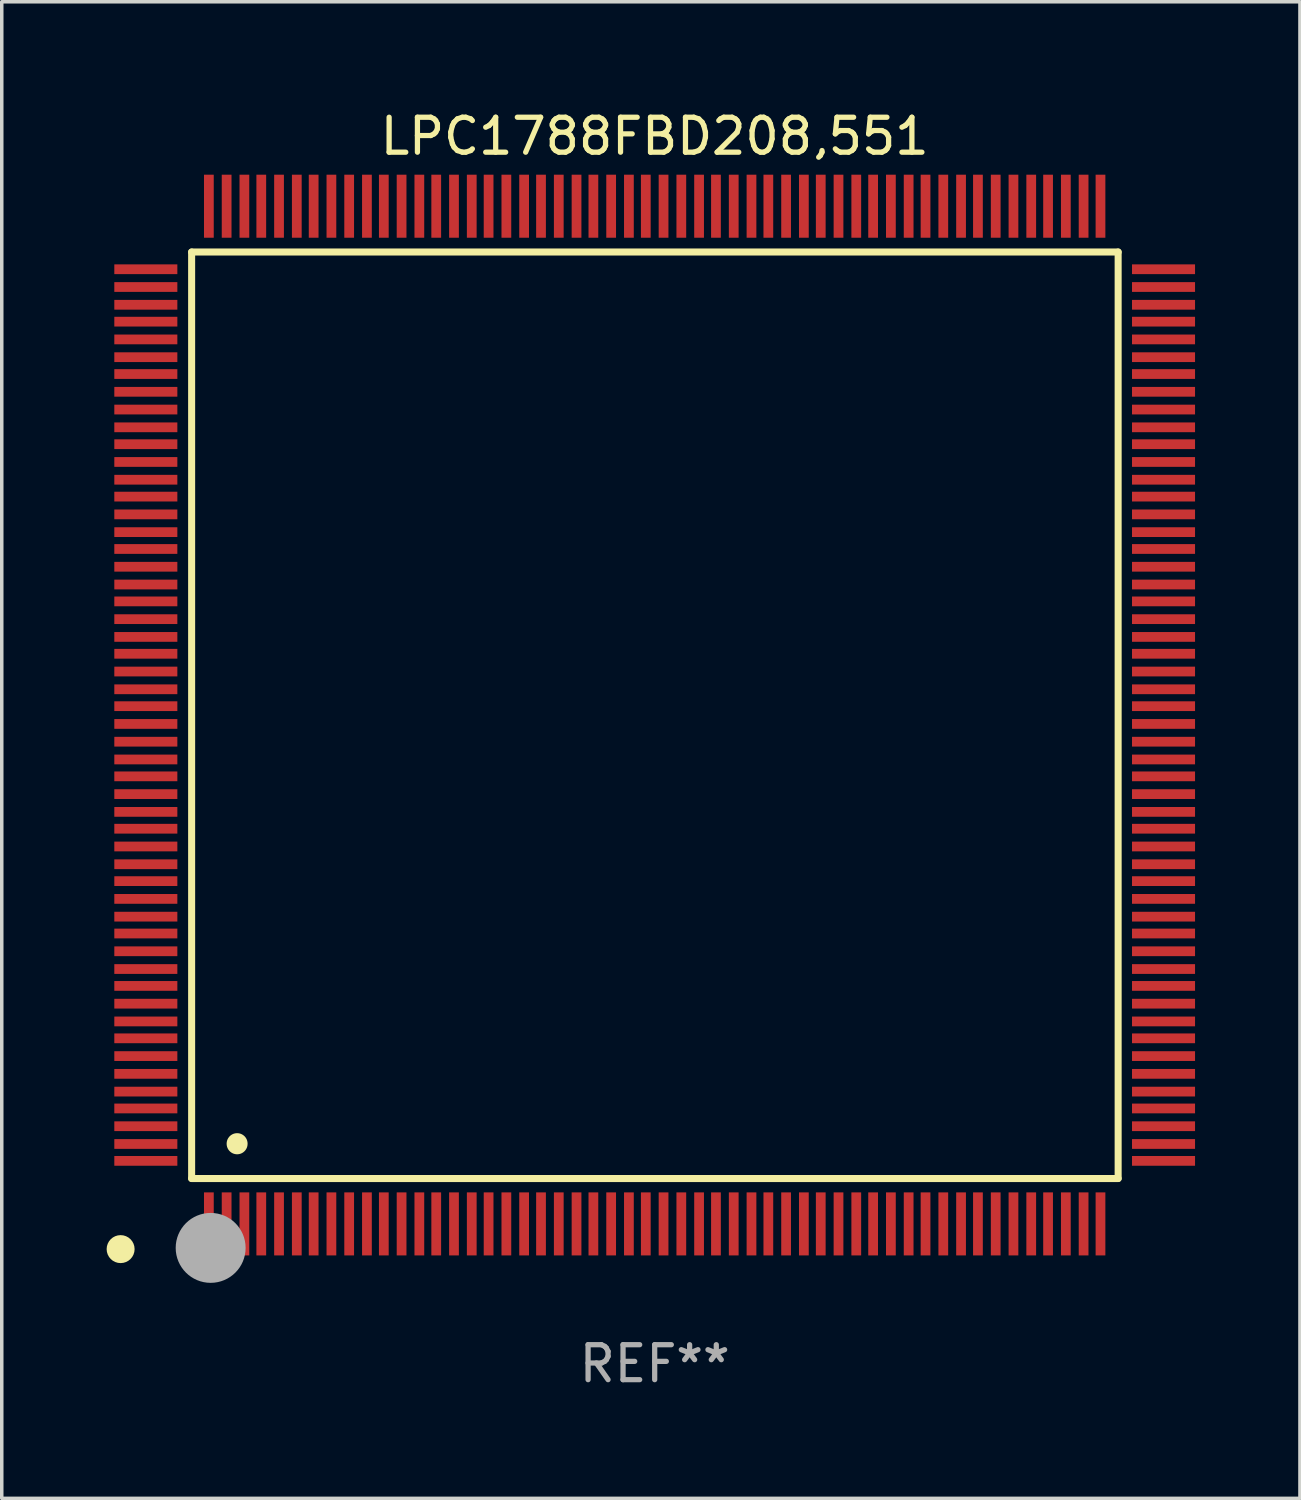
<source format=kicad_pcb>
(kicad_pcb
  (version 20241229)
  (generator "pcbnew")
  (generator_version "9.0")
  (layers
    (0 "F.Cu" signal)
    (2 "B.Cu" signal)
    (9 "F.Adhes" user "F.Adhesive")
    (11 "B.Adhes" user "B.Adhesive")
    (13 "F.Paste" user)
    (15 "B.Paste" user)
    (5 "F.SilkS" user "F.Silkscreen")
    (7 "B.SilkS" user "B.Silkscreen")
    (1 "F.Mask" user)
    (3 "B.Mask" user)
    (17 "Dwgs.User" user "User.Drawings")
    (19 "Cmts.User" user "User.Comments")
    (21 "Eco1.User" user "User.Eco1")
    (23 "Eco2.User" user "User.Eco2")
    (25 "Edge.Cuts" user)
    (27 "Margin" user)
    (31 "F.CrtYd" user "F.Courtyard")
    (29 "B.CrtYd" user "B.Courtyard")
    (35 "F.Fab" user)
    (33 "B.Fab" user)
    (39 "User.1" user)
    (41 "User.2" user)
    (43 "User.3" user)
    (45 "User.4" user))
  (footprint "LPC1788FBD208,551"
    (layer "F.Cu")
    (at 15.675 17.402)
    (property "Reference" "LPC1788FBD208,551" (at 0 -16.554 0) (layer "F.SilkS") (effects (font (size 1 1) (thickness 0.15))))
    (attr through_hole)
    (fp_line (start -13.244 -13.244) (end -13.244 13.256) (stroke (width 0.201) (type solid)) (layer "F.SilkS"))
    (fp_line (start -13.244 13.256) (end 13.256 13.256) (stroke (width 0.201) (type solid)) (layer "F.SilkS"))
    (fp_line (start 13.256 -13.244) (end -13.244 -13.244) (stroke (width 0.201) (type solid)) (layer "F.SilkS"))
    (fp_line (start 13.256 13.256) (end 13.256 -13.244) (stroke (width 0.201) (type solid)) (layer "F.SilkS"))
    (fp_arc (start -13.268987 14.90983) (mid -13.268992 14.90856) (end -13.268987 14.90729) (stroke (width 0.299721) (type solid)) (layer "F.SilkS"))
    (fp_arc (start -11.943104 12.263145) (mid -11.943115 12.260605) (end -11.943104 12.258065) (stroke (width 0.599441) (type solid)) (layer "F.SilkS"))
    (fp_circle (center -15.275 15.275) (end -15.075 15.275) (stroke (width 0.4) (type solid)) (fill no) (layer "F.SilkS"))
    (fp_circle (center -12.7 15.24) (end -12.2 15.24) (stroke (width 1) (type solid)) (fill no) (layer "F.Fab"))
    (fp_text user "REF**" (at 0 18.554 0) (layer "F.Fab") (effects (font (size 1 1) (thickness 0.15))))
    (pad "1" smd rect (at -12.751 14.554 180) (size 0.279 1.803) (layers "F.Cu" "F.Mask" "F.Paste"))
    (pad "2" smd rect (at -12.243 14.554 180) (size 0.279 1.803) (layers "F.Cu" "F.Mask" "F.Paste"))
    (pad "3" smd rect (at -11.735 14.554 180) (size 0.279 1.803) (layers "F.Cu" "F.Mask" "F.Paste"))
    (pad "4" smd rect (at -11.252 14.554 180) (size 0.279 1.803) (layers "F.Cu" "F.Mask" "F.Paste"))
    (pad "5" smd rect (at -10.744 14.554 180) (size 0.279 1.803) (layers "F.Cu" "F.Mask" "F.Paste"))
    (pad "6" smd rect (at -10.236 14.554 180) (size 0.279 1.803) (layers "F.Cu" "F.Mask" "F.Paste"))
    (pad "7" smd rect (at -9.754 14.554 180) (size 0.279 1.803) (layers "F.Cu" "F.Mask" "F.Paste"))
    (pad "8" smd rect (at -9.246 14.554 180) (size 0.279 1.803) (layers "F.Cu" "F.Mask" "F.Paste"))
    (pad "9" smd rect (at -8.738 14.554 180) (size 0.279 1.803) (layers "F.Cu" "F.Mask" "F.Paste"))
    (pad "10" smd rect (at -8.23 14.554 180) (size 0.279 1.803) (layers "F.Cu" "F.Mask" "F.Paste"))
    (pad "11" smd rect (at -7.747 14.554 180) (size 0.279 1.803) (layers "F.Cu" "F.Mask" "F.Paste"))
    (pad "12" smd rect (at -7.239 14.554 180) (size 0.279 1.803) (layers "F.Cu" "F.Mask" "F.Paste"))
    (pad "13" smd rect (at -6.731 14.554 180) (size 0.279 1.803) (layers "F.Cu" "F.Mask" "F.Paste"))
    (pad "14" smd rect (at -6.248 14.554 180) (size 0.279 1.803) (layers "F.Cu" "F.Mask" "F.Paste"))
    (pad "15" smd rect (at -5.74 14.554 180) (size 0.279 1.803) (layers "F.Cu" "F.Mask" "F.Paste"))
    (pad "16" smd rect (at -5.232 14.554 180) (size 0.279 1.803) (layers "F.Cu" "F.Mask" "F.Paste"))
    (pad "17" smd rect (at -4.75 14.554 180) (size 0.279 1.803) (layers "F.Cu" "F.Mask" "F.Paste"))
    (pad "18" smd rect (at -4.242 14.554 180) (size 0.279 1.803) (layers "F.Cu" "F.Mask" "F.Paste"))
    (pad "19" smd rect (at -3.734 14.554 180) (size 0.279 1.803) (layers "F.Cu" "F.Mask" "F.Paste"))
    (pad "20" smd rect (at -3.251 14.554 180) (size 0.279 1.803) (layers "F.Cu" "F.Mask" "F.Paste"))
    (pad "21" smd rect (at -2.743 14.554 180) (size 0.279 1.803) (layers "F.Cu" "F.Mask" "F.Paste"))
    (pad "22" smd rect (at -2.235 14.554 180) (size 0.279 1.803) (layers "F.Cu" "F.Mask" "F.Paste"))
    (pad "23" smd rect (at -1.753 14.554 180) (size 0.279 1.803) (layers "F.Cu" "F.Mask" "F.Paste"))
    (pad "24" smd rect (at -1.245 14.554 180) (size 0.279 1.803) (layers "F.Cu" "F.Mask" "F.Paste"))
    (pad "25" smd rect (at -0.737 14.554 180) (size 0.279 1.803) (layers "F.Cu" "F.Mask" "F.Paste"))
    (pad "26" smd rect (at -0.254 14.554 180) (size 0.279 1.803) (layers "F.Cu" "F.Mask" "F.Paste"))
    (pad "27" smd rect (at 0.254 14.554 180) (size 0.279 1.803) (layers "F.Cu" "F.Mask" "F.Paste"))
    (pad "28" smd rect (at 0.762 14.554 180) (size 0.279 1.803) (layers "F.Cu" "F.Mask" "F.Paste"))
    (pad "29" smd rect (at 1.27 14.554 180) (size 0.279 1.803) (layers "F.Cu" "F.Mask" "F.Paste"))
    (pad "30" smd rect (at 1.753 14.554 180) (size 0.279 1.803) (layers "F.Cu" "F.Mask" "F.Paste"))
    (pad "31" smd rect (at 2.261 14.554 180) (size 0.279 1.803) (layers "F.Cu" "F.Mask" "F.Paste"))
    (pad "32" smd rect (at 2.769 14.554 180) (size 0.279 1.803) (layers "F.Cu" "F.Mask" "F.Paste"))
    (pad "33" smd rect (at 3.251 14.554 180) (size 0.279 1.803) (layers "F.Cu" "F.Mask" "F.Paste"))
    (pad "34" smd rect (at 3.759 14.554 180) (size 0.279 1.803) (layers "F.Cu" "F.Mask" "F.Paste"))
    (pad "35" smd rect (at 4.267 14.554 180) (size 0.279 1.803) (layers "F.Cu" "F.Mask" "F.Paste"))
    (pad "36" smd rect (at 4.75 14.554 180) (size 0.279 1.803) (layers "F.Cu" "F.Mask" "F.Paste"))
    (pad "37" smd rect (at 5.258 14.554 180) (size 0.279 1.803) (layers "F.Cu" "F.Mask" "F.Paste"))
    (pad "38" smd rect (at 5.766 14.554 180) (size 0.279 1.803) (layers "F.Cu" "F.Mask" "F.Paste"))
    (pad "39" smd rect (at 6.248 14.554 180) (size 0.279 1.803) (layers "F.Cu" "F.Mask" "F.Paste"))
    (pad "40" smd rect (at 6.756 14.554 180) (size 0.279 1.803) (layers "F.Cu" "F.Mask" "F.Paste"))
    (pad "41" smd rect (at 7.264 14.554 180) (size 0.279 1.803) (layers "F.Cu" "F.Mask" "F.Paste"))
    (pad "42" smd rect (at 7.747 14.554 180) (size 0.279 1.803) (layers "F.Cu" "F.Mask" "F.Paste"))
    (pad "43" smd rect (at 8.255 14.554 180) (size 0.279 1.803) (layers "F.Cu" "F.Mask" "F.Paste"))
    (pad "44" smd rect (at 8.763 14.554 180) (size 0.279 1.803) (layers "F.Cu" "F.Mask" "F.Paste"))
    (pad "45" smd rect (at 9.246 14.554 180) (size 0.279 1.803) (layers "F.Cu" "F.Mask" "F.Paste"))
    (pad "46" smd rect (at 9.754 14.554 180) (size 0.279 1.803) (layers "F.Cu" "F.Mask" "F.Paste"))
    (pad "47" smd rect (at 10.262 14.554 180) (size 0.279 1.803) (layers "F.Cu" "F.Mask" "F.Paste"))
    (pad "48" smd rect (at 10.77 14.554 180) (size 0.279 1.803) (layers "F.Cu" "F.Mask" "F.Paste"))
    (pad "49" smd rect (at 11.252 14.554 180) (size 0.279 1.803) (layers "F.Cu" "F.Mask" "F.Paste"))
    (pad "50" smd rect (at 11.76 14.554 180) (size 0.279 1.803) (layers "F.Cu" "F.Mask" "F.Paste"))
    (pad "51" smd rect (at 12.268 14.554 180) (size 0.279 1.803) (layers "F.Cu" "F.Mask" "F.Paste"))
    (pad "52" smd rect (at 12.751 14.554 180) (size 0.279 1.803) (layers "F.Cu" "F.Mask" "F.Paste"))
    (pad "53" smd rect (at 14.554 12.751 90) (size 0.279 1.803) (layers "F.Cu" "F.Mask" "F.Paste"))
    (pad "54" smd rect (at 14.554 12.268 90) (size 0.279 1.803) (layers "F.Cu" "F.Mask" "F.Paste"))
    (pad "55" smd rect (at 14.554 11.76 90) (size 0.279 1.803) (layers "F.Cu" "F.Mask" "F.Paste"))
    (pad "56" smd rect (at 14.554 11.252 90) (size 0.279 1.803) (layers "F.Cu" "F.Mask" "F.Paste"))
    (pad "57" smd rect (at 14.554 10.77 90) (size 0.279 1.803) (layers "F.Cu" "F.Mask" "F.Paste"))
    (pad "58" smd rect (at 14.554 10.262 90) (size 0.279 1.803) (layers "F.Cu" "F.Mask" "F.Paste"))
    (pad "59" smd rect (at 14.554 9.754 90) (size 0.279 1.803) (layers "F.Cu" "F.Mask" "F.Paste"))
    (pad "60" smd rect (at 14.554 9.246 90) (size 0.279 1.803) (layers "F.Cu" "F.Mask" "F.Paste"))
    (pad "61" smd rect (at 14.554 8.763 90) (size 0.279 1.803) (layers "F.Cu" "F.Mask" "F.Paste"))
    (pad "62" smd rect (at 14.554 8.255 90) (size 0.279 1.803) (layers "F.Cu" "F.Mask" "F.Paste"))
    (pad "63" smd rect (at 14.554 7.747 90) (size 0.279 1.803) (layers "F.Cu" "F.Mask" "F.Paste"))
    (pad "64" smd rect (at 14.554 7.264 90) (size 0.279 1.803) (layers "F.Cu" "F.Mask" "F.Paste"))
    (pad "65" smd rect (at 14.554 6.756 90) (size 0.279 1.803) (layers "F.Cu" "F.Mask" "F.Paste"))
    (pad "66" smd rect (at 14.554 6.248 90) (size 0.279 1.803) (layers "F.Cu" "F.Mask" "F.Paste"))
    (pad "67" smd rect (at 14.554 5.766 90) (size 0.279 1.803) (layers "F.Cu" "F.Mask" "F.Paste"))
    (pad "68" smd rect (at 14.554 5.258 90) (size 0.279 1.803) (layers "F.Cu" "F.Mask" "F.Paste"))
    (pad "69" smd rect (at 14.554 4.75 90) (size 0.279 1.803) (layers "F.Cu" "F.Mask" "F.Paste"))
    (pad "70" smd rect (at 14.554 4.267 90) (size 0.279 1.803) (layers "F.Cu" "F.Mask" "F.Paste"))
    (pad "71" smd rect (at 14.554 3.759 90) (size 0.279 1.803) (layers "F.Cu" "F.Mask" "F.Paste"))
    (pad "72" smd rect (at 14.554 3.251 90) (size 0.279 1.803) (layers "F.Cu" "F.Mask" "F.Paste"))
    (pad "73" smd rect (at 14.554 2.769 90) (size 0.279 1.803) (layers "F.Cu" "F.Mask" "F.Paste"))
    (pad "74" smd rect (at 14.554 2.261 90) (size 0.279 1.803) (layers "F.Cu" "F.Mask" "F.Paste"))
    (pad "75" smd rect (at 14.554 1.753 90) (size 0.279 1.803) (layers "F.Cu" "F.Mask" "F.Paste"))
    (pad "76" smd rect (at 14.554 1.27 90) (size 0.279 1.803) (layers "F.Cu" "F.Mask" "F.Paste"))
    (pad "77" smd rect (at 14.554 0.762 90) (size 0.279 1.803) (layers "F.Cu" "F.Mask" "F.Paste"))
    (pad "78" smd rect (at 14.554 0.254 90) (size 0.279 1.803) (layers "F.Cu" "F.Mask" "F.Paste"))
    (pad "79" smd rect (at 14.554 -0.254 90) (size 0.279 1.803) (layers "F.Cu" "F.Mask" "F.Paste"))
    (pad "80" smd rect (at 14.554 -0.737 90) (size 0.279 1.803) (layers "F.Cu" "F.Mask" "F.Paste"))
    (pad "81" smd rect (at 14.554 -1.245 90) (size 0.279 1.803) (layers "F.Cu" "F.Mask" "F.Paste"))
    (pad "82" smd rect (at 14.554 -1.753 90) (size 0.279 1.803) (layers "F.Cu" "F.Mask" "F.Paste"))
    (pad "83" smd rect (at 14.554 -2.235 90) (size 0.279 1.803) (layers "F.Cu" "F.Mask" "F.Paste"))
    (pad "84" smd rect (at 14.554 -2.743 90) (size 0.279 1.803) (layers "F.Cu" "F.Mask" "F.Paste"))
    (pad "85" smd rect (at 14.554 -3.251 90) (size 0.279 1.803) (layers "F.Cu" "F.Mask" "F.Paste"))
    (pad "86" smd rect (at 14.554 -3.734 90) (size 0.279 1.803) (layers "F.Cu" "F.Mask" "F.Paste"))
    (pad "87" smd rect (at 14.554 -4.242 90) (size 0.279 1.803) (layers "F.Cu" "F.Mask" "F.Paste"))
    (pad "88" smd rect (at 14.554 -4.75 90) (size 0.279 1.803) (layers "F.Cu" "F.Mask" "F.Paste"))
    (pad "89" smd rect (at 14.554 -5.232 90) (size 0.279 1.803) (layers "F.Cu" "F.Mask" "F.Paste"))
    (pad "90" smd rect (at 14.554 -5.74 90) (size 0.279 1.803) (layers "F.Cu" "F.Mask" "F.Paste"))
    (pad "91" smd rect (at 14.554 -6.248 90) (size 0.279 1.803) (layers "F.Cu" "F.Mask" "F.Paste"))
    (pad "92" smd rect (at 14.554 -6.731 90) (size 0.279 1.803) (layers "F.Cu" "F.Mask" "F.Paste"))
    (pad "93" smd rect (at 14.554 -7.239 90) (size 0.279 1.803) (layers "F.Cu" "F.Mask" "F.Paste"))
    (pad "94" smd rect (at 14.554 -7.747 90) (size 0.279 1.803) (layers "F.Cu" "F.Mask" "F.Paste"))
    (pad "95" smd rect (at 14.554 -8.23 90) (size 0.279 1.803) (layers "F.Cu" "F.Mask" "F.Paste"))
    (pad "96" smd rect (at 14.554 -8.738 90) (size 0.279 1.803) (layers "F.Cu" "F.Mask" "F.Paste"))
    (pad "97" smd rect (at 14.554 -9.246 90) (size 0.279 1.803) (layers "F.Cu" "F.Mask" "F.Paste"))
    (pad "98" smd rect (at 14.554 -9.754 90) (size 0.279 1.803) (layers "F.Cu" "F.Mask" "F.Paste"))
    (pad "99" smd rect (at 14.554 -10.236 90) (size 0.279 1.803) (layers "F.Cu" "F.Mask" "F.Paste"))
    (pad "100" smd rect (at 14.554 -10.744 90) (size 0.279 1.803) (layers "F.Cu" "F.Mask" "F.Paste"))
    (pad "101" smd rect (at 14.554 -11.252 90) (size 0.279 1.803) (layers "F.Cu" "F.Mask" "F.Paste"))
    (pad "102" smd rect (at 14.554 -11.735 90) (size 0.279 1.803) (layers "F.Cu" "F.Mask" "F.Paste"))
    (pad "103" smd rect (at 14.554 -12.243 90) (size 0.279 1.803) (layers "F.Cu" "F.Mask" "F.Paste"))
    (pad "104" smd rect (at 14.554 -12.751 90) (size 0.279 1.803) (layers "F.Cu" "F.Mask" "F.Paste"))
    (pad "105" smd rect (at 12.751 -14.554 180) (size 0.279 1.803) (layers "F.Cu" "F.Mask" "F.Paste"))
    (pad "106" smd rect (at 12.268 -14.554 180) (size 0.279 1.803) (layers "F.Cu" "F.Mask" "F.Paste"))
    (pad "107" smd rect (at 11.76 -14.554 180) (size 0.279 1.803) (layers "F.Cu" "F.Mask" "F.Paste"))
    (pad "108" smd rect (at 11.252 -14.554 180) (size 0.279 1.803) (layers "F.Cu" "F.Mask" "F.Paste"))
    (pad "109" smd rect (at 10.77 -14.554 180) (size 0.279 1.803) (layers "F.Cu" "F.Mask" "F.Paste"))
    (pad "110" smd rect (at 10.262 -14.554 180) (size 0.279 1.803) (layers "F.Cu" "F.Mask" "F.Paste"))
    (pad "111" smd rect (at 9.754 -14.554 180) (size 0.279 1.803) (layers "F.Cu" "F.Mask" "F.Paste"))
    (pad "112" smd rect (at 9.246 -14.554 180) (size 0.279 1.803) (layers "F.Cu" "F.Mask" "F.Paste"))
    (pad "113" smd rect (at 8.763 -14.554 180) (size 0.279 1.803) (layers "F.Cu" "F.Mask" "F.Paste"))
    (pad "114" smd rect (at 8.255 -14.554 180) (size 0.279 1.803) (layers "F.Cu" "F.Mask" "F.Paste"))
    (pad "115" smd rect (at 7.747 -14.554 180) (size 0.279 1.803) (layers "F.Cu" "F.Mask" "F.Paste"))
    (pad "116" smd rect (at 7.264 -14.554 180) (size 0.279 1.803) (layers "F.Cu" "F.Mask" "F.Paste"))
    (pad "117" smd rect (at 6.756 -14.554 180) (size 0.279 1.803) (layers "F.Cu" "F.Mask" "F.Paste"))
    (pad "118" smd rect (at 6.248 -14.554 180) (size 0.279 1.803) (layers "F.Cu" "F.Mask" "F.Paste"))
    (pad "119" smd rect (at 5.766 -14.554 180) (size 0.279 1.803) (layers "F.Cu" "F.Mask" "F.Paste"))
    (pad "120" smd rect (at 5.258 -14.554 180) (size 0.279 1.803) (layers "F.Cu" "F.Mask" "F.Paste"))
    (pad "121" smd rect (at 4.75 -14.554 180) (size 0.279 1.803) (layers "F.Cu" "F.Mask" "F.Paste"))
    (pad "122" smd rect (at 4.267 -14.554 180) (size 0.279 1.803) (layers "F.Cu" "F.Mask" "F.Paste"))
    (pad "123" smd rect (at 3.759 -14.554 180) (size 0.279 1.803) (layers "F.Cu" "F.Mask" "F.Paste"))
    (pad "124" smd rect (at 3.251 -14.554 180) (size 0.279 1.803) (layers "F.Cu" "F.Mask" "F.Paste"))
    (pad "125" smd rect (at 2.769 -14.554 180) (size 0.279 1.803) (layers "F.Cu" "F.Mask" "F.Paste"))
    (pad "126" smd rect (at 2.261 -14.554 180) (size 0.279 1.803) (layers "F.Cu" "F.Mask" "F.Paste"))
    (pad "127" smd rect (at 1.753 -14.554 180) (size 0.279 1.803) (layers "F.Cu" "F.Mask" "F.Paste"))
    (pad "128" smd rect (at 1.27 -14.554 180) (size 0.279 1.803) (layers "F.Cu" "F.Mask" "F.Paste"))
    (pad "129" smd rect (at 0.762 -14.554 180) (size 0.279 1.803) (layers "F.Cu" "F.Mask" "F.Paste"))
    (pad "130" smd rect (at 0.254 -14.554 180) (size 0.279 1.803) (layers "F.Cu" "F.Mask" "F.Paste"))
    (pad "131" smd rect (at -0.254 -14.554 180) (size 0.279 1.803) (layers "F.Cu" "F.Mask" "F.Paste"))
    (pad "132" smd rect (at -0.737 -14.554 180) (size 0.279 1.803) (layers "F.Cu" "F.Mask" "F.Paste"))
    (pad "133" smd rect (at -1.245 -14.554 180) (size 0.279 1.803) (layers "F.Cu" "F.Mask" "F.Paste"))
    (pad "134" smd rect (at -1.753 -14.554 180) (size 0.279 1.803) (layers "F.Cu" "F.Mask" "F.Paste"))
    (pad "135" smd rect (at -2.235 -14.554 180) (size 0.279 1.803) (layers "F.Cu" "F.Mask" "F.Paste"))
    (pad "136" smd rect (at -2.743 -14.554 180) (size 0.279 1.803) (layers "F.Cu" "F.Mask" "F.Paste"))
    (pad "137" smd rect (at -3.251 -14.554 180) (size 0.279 1.803) (layers "F.Cu" "F.Mask" "F.Paste"))
    (pad "138" smd rect (at -3.734 -14.554 180) (size 0.279 1.803) (layers "F.Cu" "F.Mask" "F.Paste"))
    (pad "139" smd rect (at -4.242 -14.554 180) (size 0.279 1.803) (layers "F.Cu" "F.Mask" "F.Paste"))
    (pad "140" smd rect (at -4.75 -14.554 180) (size 0.279 1.803) (layers "F.Cu" "F.Mask" "F.Paste"))
    (pad "141" smd rect (at -5.232 -14.554 180) (size 0.279 1.803) (layers "F.Cu" "F.Mask" "F.Paste"))
    (pad "142" smd rect (at -5.74 -14.554 180) (size 0.279 1.803) (layers "F.Cu" "F.Mask" "F.Paste"))
    (pad "143" smd rect (at -6.248 -14.554 180) (size 0.279 1.803) (layers "F.Cu" "F.Mask" "F.Paste"))
    (pad "144" smd rect (at -6.731 -14.554 180) (size 0.279 1.803) (layers "F.Cu" "F.Mask" "F.Paste"))
    (pad "145" smd rect (at -7.239 -14.554 180) (size 0.279 1.803) (layers "F.Cu" "F.Mask" "F.Paste"))
    (pad "146" smd rect (at -7.747 -14.554 180) (size 0.279 1.803) (layers "F.Cu" "F.Mask" "F.Paste"))
    (pad "147" smd rect (at -8.23 -14.554 180) (size 0.279 1.803) (layers "F.Cu" "F.Mask" "F.Paste"))
    (pad "148" smd rect (at -8.738 -14.554 180) (size 0.279 1.803) (layers "F.Cu" "F.Mask" "F.Paste"))
    (pad "149" smd rect (at -9.246 -14.554 180) (size 0.279 1.803) (layers "F.Cu" "F.Mask" "F.Paste"))
    (pad "150" smd rect (at -9.754 -14.554 180) (size 0.279 1.803) (layers "F.Cu" "F.Mask" "F.Paste"))
    (pad "151" smd rect (at -10.236 -14.554 180) (size 0.279 1.803) (layers "F.Cu" "F.Mask" "F.Paste"))
    (pad "152" smd rect (at -10.744 -14.554 180) (size 0.279 1.803) (layers "F.Cu" "F.Mask" "F.Paste"))
    (pad "153" smd rect (at -11.252 -14.554 180) (size 0.279 1.803) (layers "F.Cu" "F.Mask" "F.Paste"))
    (pad "154" smd rect (at -11.735 -14.554 180) (size 0.279 1.803) (layers "F.Cu" "F.Mask" "F.Paste"))
    (pad "155" smd rect (at -12.243 -14.554 180) (size 0.279 1.803) (layers "F.Cu" "F.Mask" "F.Paste"))
    (pad "156" smd rect (at -12.751 -14.554 180) (size 0.279 1.803) (layers "F.Cu" "F.Mask" "F.Paste"))
    (pad "157" smd rect (at -14.554 -12.751 90) (size 0.279 1.803) (layers "F.Cu" "F.Mask" "F.Paste"))
    (pad "158" smd rect (at -14.554 -12.243 90) (size 0.279 1.803) (layers "F.Cu" "F.Mask" "F.Paste"))
    (pad "159" smd rect (at -14.554 -11.735 90) (size 0.279 1.803) (layers "F.Cu" "F.Mask" "F.Paste"))
    (pad "160" smd rect (at -14.554 -11.252 90) (size 0.279 1.803) (layers "F.Cu" "F.Mask" "F.Paste"))
    (pad "161" smd rect (at -14.554 -10.744 90) (size 0.279 1.803) (layers "F.Cu" "F.Mask" "F.Paste"))
    (pad "162" smd rect (at -14.554 -10.236 90) (size 0.279 1.803) (layers "F.Cu" "F.Mask" "F.Paste"))
    (pad "163" smd rect (at -14.554 -9.754 90) (size 0.279 1.803) (layers "F.Cu" "F.Mask" "F.Paste"))
    (pad "164" smd rect (at -14.554 -9.246 90) (size 0.279 1.803) (layers "F.Cu" "F.Mask" "F.Paste"))
    (pad "165" smd rect (at -14.554 -8.738 90) (size 0.279 1.803) (layers "F.Cu" "F.Mask" "F.Paste"))
    (pad "166" smd rect (at -14.554 -8.23 90) (size 0.279 1.803) (layers "F.Cu" "F.Mask" "F.Paste"))
    (pad "167" smd rect (at -14.554 -7.747 90) (size 0.279 1.803) (layers "F.Cu" "F.Mask" "F.Paste"))
    (pad "168" smd rect (at -14.554 -7.239 90) (size 0.279 1.803) (layers "F.Cu" "F.Mask" "F.Paste"))
    (pad "169" smd rect (at -14.554 -6.731 90) (size 0.279 1.803) (layers "F.Cu" "F.Mask" "F.Paste"))
    (pad "170" smd rect (at -14.554 -6.248 90) (size 0.279 1.803) (layers "F.Cu" "F.Mask" "F.Paste"))
    (pad "171" smd rect (at -14.554 -5.74 90) (size 0.279 1.803) (layers "F.Cu" "F.Mask" "F.Paste"))
    (pad "172" smd rect (at -14.554 -5.232 90) (size 0.279 1.803) (layers "F.Cu" "F.Mask" "F.Paste"))
    (pad "173" smd rect (at -14.554 -4.75 90) (size 0.279 1.803) (layers "F.Cu" "F.Mask" "F.Paste"))
    (pad "174" smd rect (at -14.554 -4.242 90) (size 0.279 1.803) (layers "F.Cu" "F.Mask" "F.Paste"))
    (pad "175" smd rect (at -14.554 -3.734 90) (size 0.279 1.803) (layers "F.Cu" "F.Mask" "F.Paste"))
    (pad "176" smd rect (at -14.554 -3.251 90) (size 0.279 1.803) (layers "F.Cu" "F.Mask" "F.Paste"))
    (pad "177" smd rect (at -14.554 -2.743 90) (size 0.279 1.803) (layers "F.Cu" "F.Mask" "F.Paste"))
    (pad "178" smd rect (at -14.554 -2.235 90) (size 0.279 1.803) (layers "F.Cu" "F.Mask" "F.Paste"))
    (pad "179" smd rect (at -14.554 -1.753 90) (size 0.279 1.803) (layers "F.Cu" "F.Mask" "F.Paste"))
    (pad "180" smd rect (at -14.554 -1.245 90) (size 0.279 1.803) (layers "F.Cu" "F.Mask" "F.Paste"))
    (pad "181" smd rect (at -14.554 -0.737 90) (size 0.279 1.803) (layers "F.Cu" "F.Mask" "F.Paste"))
    (pad "182" smd rect (at -14.554 -0.254 90) (size 0.279 1.803) (layers "F.Cu" "F.Mask" "F.Paste"))
    (pad "183" smd rect (at -14.554 0.254 90) (size 0.279 1.803) (layers "F.Cu" "F.Mask" "F.Paste"))
    (pad "184" smd rect (at -14.554 0.762 90) (size 0.279 1.803) (layers "F.Cu" "F.Mask" "F.Paste"))
    (pad "185" smd rect (at -14.554 1.27 90) (size 0.279 1.803) (layers "F.Cu" "F.Mask" "F.Paste"))
    (pad "186" smd rect (at -14.554 1.753 90) (size 0.279 1.803) (layers "F.Cu" "F.Mask" "F.Paste"))
    (pad "187" smd rect (at -14.554 2.261 90) (size 0.279 1.803) (layers "F.Cu" "F.Mask" "F.Paste"))
    (pad "188" smd rect (at -14.554 2.769 90) (size 0.279 1.803) (layers "F.Cu" "F.Mask" "F.Paste"))
    (pad "189" smd rect (at -14.554 3.251 90) (size 0.279 1.803) (layers "F.Cu" "F.Mask" "F.Paste"))
    (pad "190" smd rect (at -14.554 3.759 90) (size 0.279 1.803) (layers "F.Cu" "F.Mask" "F.Paste"))
    (pad "191" smd rect (at -14.554 4.267 90) (size 0.279 1.803) (layers "F.Cu" "F.Mask" "F.Paste"))
    (pad "192" smd rect (at -14.554 4.75 90) (size 0.279 1.803) (layers "F.Cu" "F.Mask" "F.Paste"))
    (pad "193" smd rect (at -14.554 5.258 90) (size 0.279 1.803) (layers "F.Cu" "F.Mask" "F.Paste"))
    (pad "194" smd rect (at -14.554 5.766 90) (size 0.279 1.803) (layers "F.Cu" "F.Mask" "F.Paste"))
    (pad "195" smd rect (at -14.554 6.248 90) (size 0.279 1.803) (layers "F.Cu" "F.Mask" "F.Paste"))
    (pad "196" smd rect (at -14.554 6.756 90) (size 0.279 1.803) (layers "F.Cu" "F.Mask" "F.Paste"))
    (pad "197" smd rect (at -14.554 7.264 90) (size 0.279 1.803) (layers "F.Cu" "F.Mask" "F.Paste"))
    (pad "198" smd rect (at -14.554 7.747 90) (size 0.279 1.803) (layers "F.Cu" "F.Mask" "F.Paste"))
    (pad "199" smd rect (at -14.554 8.255 90) (size 0.279 1.803) (layers "F.Cu" "F.Mask" "F.Paste"))
    (pad "200" smd rect (at -14.554 8.763 90) (size 0.279 1.803) (layers "F.Cu" "F.Mask" "F.Paste"))
    (pad "201" smd rect (at -14.554 9.246 90) (size 0.279 1.803) (layers "F.Cu" "F.Mask" "F.Paste"))
    (pad "202" smd rect (at -14.554 9.754 90) (size 0.279 1.803) (layers "F.Cu" "F.Mask" "F.Paste"))
    (pad "203" smd rect (at -14.554 10.262 90) (size 0.279 1.803) (layers "F.Cu" "F.Mask" "F.Paste"))
    (pad "204" smd rect (at -14.554 10.77 90) (size 0.279 1.803) (layers "F.Cu" "F.Mask" "F.Paste"))
    (pad "205" smd rect (at -14.554 11.252 90) (size 0.279 1.803) (layers "F.Cu" "F.Mask" "F.Paste"))
    (pad "206" smd rect (at -14.554 11.76 90) (size 0.279 1.803) (layers "F.Cu" "F.Mask" "F.Paste"))
    (pad "207" smd rect (at -14.554 12.268 90) (size 0.279 1.803) (layers "F.Cu" "F.Mask" "F.Paste"))
    (pad "208" smd rect (at -14.554 12.751 90) (size 0.279 1.803) (layers "F.Cu" "F.Mask" "F.Paste")))
  (gr_rect
    (start -3 -3)
    (end 34.131 39.805)
    (stroke (width 0.1) (type default))
    (fill no)
    (layer "Edge.Cuts")))
</source>
